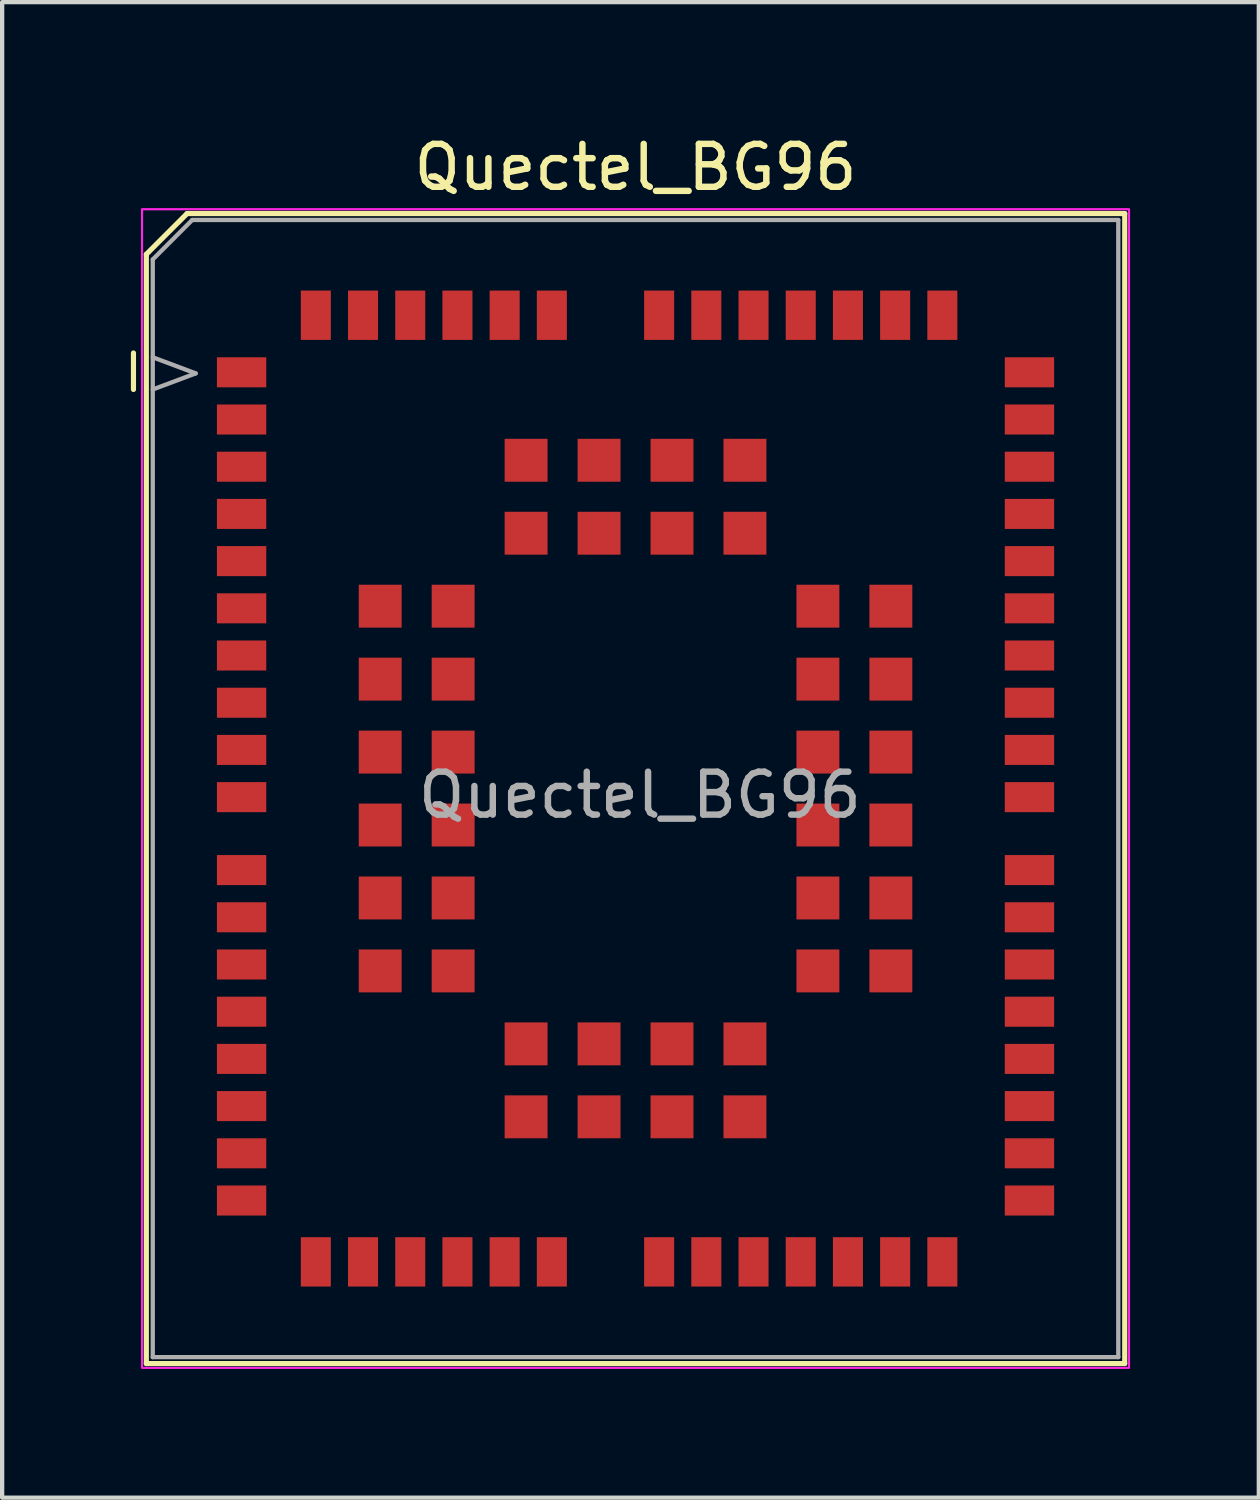
<source format=kicad_pcb>
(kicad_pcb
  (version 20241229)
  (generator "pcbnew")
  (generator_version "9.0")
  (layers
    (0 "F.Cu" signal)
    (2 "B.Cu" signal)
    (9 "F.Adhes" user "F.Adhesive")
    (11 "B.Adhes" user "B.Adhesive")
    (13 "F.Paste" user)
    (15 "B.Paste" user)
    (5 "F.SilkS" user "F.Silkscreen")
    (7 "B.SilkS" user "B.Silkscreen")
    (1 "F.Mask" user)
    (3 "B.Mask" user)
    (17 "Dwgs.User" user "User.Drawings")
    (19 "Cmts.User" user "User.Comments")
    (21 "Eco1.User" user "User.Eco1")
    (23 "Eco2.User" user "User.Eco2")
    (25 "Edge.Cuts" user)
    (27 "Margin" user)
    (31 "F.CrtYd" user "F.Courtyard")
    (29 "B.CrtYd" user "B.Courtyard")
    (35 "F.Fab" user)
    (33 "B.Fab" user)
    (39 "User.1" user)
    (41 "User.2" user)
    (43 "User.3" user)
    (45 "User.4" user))
  (footprint "Quectel_BG96"
    (layer "F.Cu")
    (at 11.76 15.326)
    (property "Reference" "Quectel_BG96" (at 0 -14.478 0) (unlocked yes) (layer "F.SilkS") (effects (font (size 1 1) (thickness 0.15))))
    (attr smd)
    (fp_line (start -11.7 -10.15) (end -11.7 -9.3) (stroke (width 0.12) (type solid)) (layer "F.SilkS"))
    (fp_line (start -11.4 -12.45) (end -10.45 -13.4) (stroke (width 0.12) (type solid)) (layer "F.SilkS"))
    (fp_line (start -11.4 13.4) (end -11.4 -12.45) (stroke (width 0.12) (type solid)) (layer "F.SilkS"))
    (fp_line (start -10.45 -13.4) (end 11.4 -13.4) (stroke (width 0.12) (type solid)) (layer "F.SilkS"))
    (fp_line (start 11.4 -13.4) (end 11.4 13.4) (stroke (width 0.12) (type solid)) (layer "F.SilkS"))
    (fp_line (start 11.4 13.4) (end -11.4 13.4) (stroke (width 0.12) (type solid)) (layer "F.SilkS"))
    (fp_rect (start -11.5 -13.5) (end 11.5 13.5) (stroke (width 0.05) (type solid)) (fill no) (layer "F.CrtYd"))
    (fp_line (start -11.25 -12.33) (end -10.33 -13.25) (stroke (width 0.1) (type solid)) (layer "F.Fab"))
    (fp_line (start -11.25 -10.05) (end -10.25 -9.675) (stroke (width 0.1) (type solid)) (layer "F.Fab"))
    (fp_line (start -11.25 13.25) (end -11.25 -12.33) (stroke (width 0.1) (type solid)) (layer "F.Fab"))
    (fp_line (start -10.33 -13.25) (end 11.25 -13.25) (stroke (width 0.1) (type solid)) (layer "F.Fab"))
    (fp_line (start -10.25 -9.675) (end -11.25 -9.3) (stroke (width 0.1) (type solid)) (layer "F.Fab"))
    (fp_line (start 11.25 -13.25) (end 11.25 13.25) (stroke (width 0.1) (type solid)) (layer "F.Fab"))
    (fp_line (start 11.25 13.25) (end -11.25 13.25) (stroke (width 0.1) (type solid)) (layer "F.Fab"))
    (fp_text user "${REFERENCE}" (at 0.102 0.152 0) (unlocked yes) (layer "F.Fab") (effects (font (size 1 1) (thickness 0.15))))
    (pad "" smd roundrect (at -9.18 -9.7) (size 1.1 0.6) (layers "F.Paste") (roundrect_rratio 0.25))
    (pad "" smd roundrect (at -9.18 -8.6) (size 1.1 0.6) (layers "F.Paste") (roundrect_rratio 0.25))
    (pad "" smd roundrect (at -9.18 -7.5) (size 1.1 0.6) (layers "F.Paste") (roundrect_rratio 0.25))
    (pad "" smd roundrect (at -9.18 -6.4) (size 1.1 0.6) (layers "F.Paste") (roundrect_rratio 0.25))
    (pad "" smd roundrect (at -9.18 -5.3) (size 1.1 0.6) (layers "F.Paste") (roundrect_rratio 0.25))
    (pad "" smd roundrect (at -9.18 -4.2) (size 1.1 0.6) (layers "F.Paste") (roundrect_rratio 0.25))
    (pad "" smd roundrect (at -9.18 -3.1) (size 1.1 0.6) (layers "F.Paste") (roundrect_rratio 0.25))
    (pad "" smd roundrect (at -9.18 -2) (size 1.1 0.6) (layers "F.Paste") (roundrect_rratio 0.25))
    (pad "" smd roundrect (at -9.18 -0.9) (size 1.1 0.6) (layers "F.Paste") (roundrect_rratio 0.25))
    (pad "" smd roundrect (at -9.18 0.2) (size 1.1 0.6) (layers "F.Paste") (roundrect_rratio 0.25))
    (pad "" smd roundrect (at -9.18 1.9) (size 1.1 0.6) (layers "F.Paste") (roundrect_rratio 0.25))
    (pad "" smd roundrect (at -9.18 3) (size 1.1 0.6) (layers "F.Paste") (roundrect_rratio 0.25))
    (pad "" smd roundrect (at -9.18 4.1) (size 1.1 0.6) (layers "F.Paste") (roundrect_rratio 0.25))
    (pad "" smd roundrect (at -9.18 5.2) (size 1.1 0.6) (layers "F.Paste") (roundrect_rratio 0.25))
    (pad "" smd roundrect (at -9.18 6.3) (size 1.1 0.6) (layers "F.Paste") (roundrect_rratio 0.25))
    (pad "" smd roundrect (at -9.18 7.4) (size 1.1 0.6) (layers "F.Paste") (roundrect_rratio 0.25))
    (pad "" smd roundrect (at -9.18 8.5) (size 1.1 0.6) (layers "F.Paste") (roundrect_rratio 0.25))
    (pad "" smd roundrect (at -9.18 9.6) (size 1.1 0.6) (layers "F.Paste") (roundrect_rratio 0.25))
    (pad "" smd roundrect (at -7.45 -11.03 270) (size 1.1 0.6) (layers "F.Paste") (roundrect_rratio 0.25))
    (pad "" smd roundrect (at -7.45 11.03 90) (size 1.1 0.6) (layers "F.Paste") (roundrect_rratio 0.25))
    (pad "" smd roundrect (at -6.35 -11.03 270) (size 1.1 0.6) (layers "F.Paste") (roundrect_rratio 0.25))
    (pad "" smd roundrect (at -6.35 11.03 90) (size 1.1 0.6) (layers "F.Paste") (roundrect_rratio 0.25))
    (pad "" smd circle (at -5.95 -4.25 270) (size 0.95 0.95) (layers "F.Paste"))
    (pad "" smd circle (at -5.95 -2.55 270) (size 0.95 0.95) (layers "F.Paste"))
    (pad "" smd circle (at -5.95 -0.85 270) (size 0.95 0.95) (layers "F.Paste"))
    (pad "" smd circle (at -5.95 0.85 270) (size 0.95 0.95) (layers "F.Paste"))
    (pad "" smd circle (at -5.95 2.55 270) (size 0.95 0.95) (layers "F.Paste"))
    (pad "" smd circle (at -5.95 4.25 270) (size 0.95 0.95) (layers "F.Paste"))
    (pad "" smd roundrect (at -5.25 -11.03 270) (size 1.1 0.6) (layers "F.Paste") (roundrect_rratio 0.25))
    (pad "" smd roundrect (at -5.25 11.03 90) (size 1.1 0.6) (layers "F.Paste") (roundrect_rratio 0.25))
    (pad "" smd circle (at -4.25 -4.25 270) (size 0.95 0.95) (layers "F.Paste"))
    (pad "" smd circle (at -4.25 -2.55 270) (size 0.95 0.95) (layers "F.Paste"))
    (pad "" smd circle (at -4.25 -0.85 270) (size 0.95 0.95) (layers "F.Paste"))
    (pad "" smd circle (at -4.25 0.85 270) (size 0.95 0.95) (layers "F.Paste"))
    (pad "" smd circle (at -4.25 2.55 270) (size 0.95 0.95) (layers "F.Paste"))
    (pad "" smd circle (at -4.25 4.25 270) (size 0.95 0.95) (layers "F.Paste"))
    (pad "" smd roundrect (at -4.15 -11.03 270) (size 1.1 0.6) (layers "F.Paste") (roundrect_rratio 0.25))
    (pad "" smd roundrect (at -4.15 11.03 90) (size 1.1 0.6) (layers "F.Paste") (roundrect_rratio 0.25))
    (pad "" smd roundrect (at -3.05 -11.03 270) (size 1.1 0.6) (layers "F.Paste") (roundrect_rratio 0.25))
    (pad "" smd roundrect (at -3.05 11.03 90) (size 1.1 0.6) (layers "F.Paste") (roundrect_rratio 0.25))
    (pad "" smd circle (at -2.55 -7.65 270) (size 0.95 0.95) (layers "F.Paste"))
    (pad "" smd circle (at -2.55 -5.95 270) (size 0.95 0.95) (layers "F.Paste"))
    (pad "" smd circle (at -2.55 5.95 270) (size 0.95 0.95) (layers "F.Paste"))
    (pad "" smd circle (at -2.55 7.65 270) (size 0.95 0.95) (layers "F.Paste"))
    (pad "" smd roundrect (at -1.95 -11.03 270) (size 1.1 0.6) (layers "F.Paste") (roundrect_rratio 0.25))
    (pad "" smd roundrect (at -1.95 11.03 90) (size 1.1 0.6) (layers "F.Paste") (roundrect_rratio 0.25))
    (pad "" smd circle (at -0.85 -7.65 270) (size 0.95 0.95) (layers "F.Paste"))
    (pad "" smd circle (at -0.85 -5.95 270) (size 0.95 0.95) (layers "F.Paste"))
    (pad "" smd circle (at -0.85 5.95 270) (size 0.95 0.95) (layers "F.Paste"))
    (pad "" smd circle (at -0.85 7.65 270) (size 0.95 0.95) (layers "F.Paste"))
    (pad "" smd roundrect (at 0.55 -11.03 270) (size 1.1 0.6) (layers "F.Paste") (roundrect_rratio 0.25))
    (pad "" smd roundrect (at 0.55 11.03 90) (size 1.1 0.6) (layers "F.Paste") (roundrect_rratio 0.25))
    (pad "" smd circle (at 0.85 -7.65 270) (size 0.95 0.95) (layers "F.Paste"))
    (pad "" smd circle (at 0.85 -5.95 270) (size 0.95 0.95) (layers "F.Paste"))
    (pad "" smd circle (at 0.85 5.95 270) (size 0.95 0.95) (layers "F.Paste"))
    (pad "" smd circle (at 0.85 7.65 270) (size 0.95 0.95) (layers "F.Paste"))
    (pad "" smd roundrect (at 1.65 -11.03 270) (size 1.1 0.6) (layers "F.Paste") (roundrect_rratio 0.25))
    (pad "" smd roundrect (at 1.65 11.03 90) (size 1.1 0.6) (layers "F.Paste") (roundrect_rratio 0.25))
    (pad "" smd circle (at 2.55 -7.65 270) (size 0.95 0.95) (layers "F.Paste"))
    (pad "" smd circle (at 2.55 -5.95 270) (size 0.95 0.95) (layers "F.Paste"))
    (pad "" smd circle (at 2.55 5.95 270) (size 0.95 0.95) (layers "F.Paste"))
    (pad "" smd circle (at 2.55 7.65 270) (size 0.95 0.95) (layers "F.Paste"))
    (pad "" smd roundrect (at 2.75 -11.03 270) (size 1.1 0.6) (layers "F.Paste") (roundrect_rratio 0.25))
    (pad "" smd roundrect (at 2.75 11.03 90) (size 1.1 0.6) (layers "F.Paste") (roundrect_rratio 0.25))
    (pad "" smd roundrect (at 3.85 -11.03 270) (size 1.1 0.6) (layers "F.Paste") (roundrect_rratio 0.25))
    (pad "" smd roundrect (at 3.85 11.03 90) (size 1.1 0.6) (layers "F.Paste") (roundrect_rratio 0.25))
    (pad "" smd circle (at 4.25 -4.25 270) (size 0.95 0.95) (layers "F.Paste"))
    (pad "" smd circle (at 4.25 -2.55 270) (size 0.95 0.95) (layers "F.Paste"))
    (pad "" smd circle (at 4.25 -0.85 270) (size 0.95 0.95) (layers "F.Paste"))
    (pad "" smd circle (at 4.25 0.85 270) (size 0.95 0.95) (layers "F.Paste"))
    (pad "" smd circle (at 4.25 2.55 270) (size 0.95 0.95) (layers "F.Paste"))
    (pad "" smd circle (at 4.25 4.25 270) (size 0.95 0.95) (layers "F.Paste"))
    (pad "" smd roundrect (at 4.95 -11.03 270) (size 1.1 0.6) (layers "F.Paste") (roundrect_rratio 0.25))
    (pad "" smd roundrect (at 4.95 11.03 90) (size 1.1 0.6) (layers "F.Paste") (roundrect_rratio 0.25))
    (pad "" smd circle (at 5.95 -4.25 270) (size 0.95 0.95) (layers "F.Paste"))
    (pad "" smd circle (at 5.95 -2.55 270) (size 0.95 0.95) (layers "F.Paste"))
    (pad "" smd circle (at 5.95 -0.85 270) (size 0.95 0.95) (layers "F.Paste"))
    (pad "" smd circle (at 5.95 0.85 270) (size 0.95 0.95) (layers "F.Paste"))
    (pad "" smd circle (at 5.95 2.55 270) (size 0.95 0.95) (layers "F.Paste"))
    (pad "" smd circle (at 5.95 4.25 270) (size 0.95 0.95) (layers "F.Paste"))
    (pad "" smd roundrect (at 6.05 -11.03 270) (size 1.1 0.6) (layers "F.Paste") (roundrect_rratio 0.25))
    (pad "" smd roundrect (at 6.05 11.03 90) (size 1.1 0.6) (layers "F.Paste") (roundrect_rratio 0.25))
    (pad "" smd roundrect (at 7.15 -11.03 270) (size 1.1 0.6) (layers "F.Paste") (roundrect_rratio 0.25))
    (pad "" smd roundrect (at 7.15 11.03 90) (size 1.1 0.6) (layers "F.Paste") (roundrect_rratio 0.25))
    (pad "" smd roundrect (at 9.18 -9.7 180) (size 1.1 0.6) (layers "F.Paste") (roundrect_rratio 0.25))
    (pad "" smd roundrect (at 9.18 -8.6 180) (size 1.1 0.6) (layers "F.Paste") (roundrect_rratio 0.25))
    (pad "" smd roundrect (at 9.18 -7.5 180) (size 1.1 0.6) (layers "F.Paste") (roundrect_rratio 0.25))
    (pad "" smd roundrect (at 9.18 -6.4 180) (size 1.1 0.6) (layers "F.Paste") (roundrect_rratio 0.25))
    (pad "" smd roundrect (at 9.18 -5.3 180) (size 1.1 0.6) (layers "F.Paste") (roundrect_rratio 0.25))
    (pad "" smd roundrect (at 9.18 -4.2 180) (size 1.1 0.6) (layers "F.Paste") (roundrect_rratio 0.25))
    (pad "" smd roundrect (at 9.18 -3.1 180) (size 1.1 0.6) (layers "F.Paste") (roundrect_rratio 0.25))
    (pad "" smd roundrect (at 9.18 -2 180) (size 1.1 0.6) (layers "F.Paste") (roundrect_rratio 0.25))
    (pad "" smd roundrect (at 9.18 -0.9 180) (size 1.1 0.6) (layers "F.Paste") (roundrect_rratio 0.25))
    (pad "" smd roundrect (at 9.18 0.2 180) (size 1.1 0.6) (layers "F.Paste") (roundrect_rratio 0.25))
    (pad "" smd roundrect (at 9.18 1.9 180) (size 1.1 0.6) (layers "F.Paste") (roundrect_rratio 0.25))
    (pad "" smd roundrect (at 9.18 3 180) (size 1.1 0.6) (layers "F.Paste") (roundrect_rratio 0.25))
    (pad "" smd roundrect (at 9.18 4.1 180) (size 1.1 0.6) (layers "F.Paste") (roundrect_rratio 0.25))
    (pad "" smd roundrect (at 9.18 5.2 180) (size 1.1 0.6) (layers "F.Paste") (roundrect_rratio 0.25))
    (pad "" smd roundrect (at 9.18 6.3 180) (size 1.1 0.6) (layers "F.Paste") (roundrect_rratio 0.25))
    (pad "" smd roundrect (at 9.18 7.4 180) (size 1.1 0.6) (layers "F.Paste") (roundrect_rratio 0.25))
    (pad "" smd roundrect (at 9.18 8.5 180) (size 1.1 0.6) (layers "F.Paste") (roundrect_rratio 0.25))
    (pad "" smd roundrect (at 9.2 9.6 180) (size 1.1 0.6) (layers "F.Paste") (roundrect_rratio 0.25))
    (pad "1" smd rect (at -9.18 -9.7) (size 1.15 0.7) (layers "F.Cu" "F.Mask"))
    (pad "2" smd rect (at -9.18 -8.6) (size 1.15 0.7) (layers "F.Cu" "F.Mask"))
    (pad "3" smd rect (at -9.18 -7.5) (size 1.15 0.7) (layers "F.Cu" "F.Mask"))
    (pad "4" smd rect (at -9.18 -6.4) (size 1.15 0.7) (layers "F.Cu" "F.Mask"))
    (pad "5" smd rect (at -9.18 -5.3) (size 1.15 0.7) (layers "F.Cu" "F.Mask"))
    (pad "6" smd rect (at -9.18 -4.2) (size 1.15 0.7) (layers "F.Cu" "F.Mask"))
    (pad "7" smd rect (at -9.18 -3.1) (size 1.15 0.7) (layers "F.Cu" "F.Mask"))
    (pad "8" smd rect (at -9.18 -2) (size 1.15 0.7) (layers "F.Cu" "F.Mask"))
    (pad "9" smd rect (at -9.18 -0.9) (size 1.15 0.7) (layers "F.Cu" "F.Mask"))
    (pad "10" smd rect (at -9.18 0.2) (size 1.15 0.7) (layers "F.Cu" "F.Mask"))
    (pad "11" smd rect (at -9.18 1.9) (size 1.15 0.7) (layers "F.Cu" "F.Mask"))
    (pad "12" smd rect (at -9.18 3) (size 1.15 0.7) (layers "F.Cu" "F.Mask"))
    (pad "13" smd rect (at -9.18 4.1) (size 1.15 0.7) (layers "F.Cu" "F.Mask"))
    (pad "14" smd rect (at -9.18 5.2) (size 1.15 0.7) (layers "F.Cu" "F.Mask"))
    (pad "15" smd rect (at -9.18 6.3) (size 1.15 0.7) (layers "F.Cu" "F.Mask"))
    (pad "16" smd rect (at -9.18 7.4) (size 1.15 0.7) (layers "F.Cu" "F.Mask"))
    (pad "17" smd rect (at -9.18 8.5) (size 1.15 0.7) (layers "F.Cu" "F.Mask"))
    (pad "18" smd rect (at -9.18 9.6) (size 1.15 0.7) (layers "F.Cu" "F.Mask"))
    (pad "19" smd rect (at -7.45 11.03) (size 0.7 1.15) (layers "F.Cu" "F.Mask"))
    (pad "20" smd rect (at -6.35 11.03) (size 0.7 1.15) (layers "F.Cu" "F.Mask"))
    (pad "21" smd rect (at -5.25 11.03) (size 0.7 1.15) (layers "F.Cu" "F.Mask"))
    (pad "22" smd rect (at -4.15 11.03) (size 0.7 1.15) (layers "F.Cu" "F.Mask"))
    (pad "23" smd rect (at -3.05 11.03) (size 0.7 1.15) (layers "F.Cu" "F.Mask"))
    (pad "24" smd rect (at -1.95 11.03) (size 0.7 1.15) (layers "F.Cu" "F.Mask"))
    (pad "25" smd rect (at 0.55 11.03) (size 0.7 1.15) (layers "F.Cu" "F.Mask"))
    (pad "26" smd rect (at 1.65 11.03) (size 0.7 1.15) (layers "F.Cu" "F.Mask"))
    (pad "27" smd rect (at 2.75 11.03) (size 0.7 1.15) (layers "F.Cu" "F.Mask"))
    (pad "28" smd rect (at 3.85 11.03) (size 0.7 1.15) (layers "F.Cu" "F.Mask"))
    (pad "29" smd rect (at 4.95 11.03) (size 0.7 1.15) (layers "F.Cu" "F.Mask"))
    (pad "30" smd rect (at 6.05 11.03) (size 0.7 1.15) (layers "F.Cu" "F.Mask"))
    (pad "31" smd rect (at 7.15 11.03) (size 0.7 1.15) (layers "F.Cu" "F.Mask"))
    (pad "32" smd rect (at 9.18 9.6) (size 1.15 0.7) (layers "F.Cu" "F.Mask"))
    (pad "33" smd rect (at 9.18 8.5) (size 1.15 0.7) (layers "F.Cu" "F.Mask"))
    (pad "34" smd rect (at 9.18 7.4) (size 1.15 0.7) (layers "F.Cu" "F.Mask"))
    (pad "35" smd rect (at 9.18 6.3) (size 1.15 0.7) (layers "F.Cu" "F.Mask"))
    (pad "36" smd rect (at 9.18 5.2) (size 1.15 0.7) (layers "F.Cu" "F.Mask"))
    (pad "37" smd rect (at 9.18 4.1) (size 1.15 0.7) (layers "F.Cu" "F.Mask"))
    (pad "38" smd rect (at 9.18 3) (size 1.15 0.7) (layers "F.Cu" "F.Mask"))
    (pad "39" smd rect (at 9.18 1.9) (size 1.15 0.7) (layers "F.Cu" "F.Mask"))
    (pad "40" smd rect (at 9.18 0.2) (size 1.15 0.7) (layers "F.Cu" "F.Mask"))
    (pad "41" smd rect (at 9.18 -0.9) (size 1.15 0.7) (layers "F.Cu" "F.Mask"))
    (pad "42" smd rect (at 9.18 -2) (size 1.15 0.7) (layers "F.Cu" "F.Mask"))
    (pad "43" smd rect (at 9.18 -3.1) (size 1.15 0.7) (layers "F.Cu" "F.Mask"))
    (pad "44" smd rect (at 9.18 -4.2) (size 1.15 0.7) (layers "F.Cu" "F.Mask"))
    (pad "45" smd rect (at 9.18 -5.3) (size 1.15 0.7) (layers "F.Cu" "F.Mask"))
    (pad "46" smd rect (at 9.18 -6.4) (size 1.15 0.7) (layers "F.Cu" "F.Mask"))
    (pad "47" smd rect (at 9.18 -7.5) (size 1.15 0.7) (layers "F.Cu" "F.Mask"))
    (pad "48" smd rect (at 9.18 -8.6) (size 1.15 0.7) (layers "F.Cu" "F.Mask"))
    (pad "49" smd rect (at 9.18 -9.7) (size 1.15 0.7) (layers "F.Cu" "F.Mask"))
    (pad "50" smd rect (at 7.15 -11.03) (size 0.7 1.15) (layers "F.Cu" "F.Mask"))
    (pad "51" smd rect (at 6.05 -11.03) (size 0.7 1.15) (layers "F.Cu" "F.Mask"))
    (pad "52" smd rect (at 4.95 -11.03) (size 0.7 1.15) (layers "F.Cu" "F.Mask"))
    (pad "53" smd rect (at 3.85 -11.03) (size 0.7 1.15) (layers "F.Cu" "F.Mask"))
    (pad "54" smd rect (at 2.75 -11.03) (size 0.7 1.15) (layers "F.Cu" "F.Mask"))
    (pad "55" smd rect (at 1.65 -11.03) (size 0.7 1.15) (layers "F.Cu" "F.Mask"))
    (pad "56" smd rect (at 0.55 -11.03) (size 0.7 1.15) (layers "F.Cu" "F.Mask"))
    (pad "57" smd rect (at -1.95 -11.03) (size 0.7 1.15) (layers "F.Cu" "F.Mask"))
    (pad "58" smd rect (at -3.05 -11.03) (size 0.7 1.15) (layers "F.Cu" "F.Mask"))
    (pad "59" smd rect (at -4.15 -11.03) (size 0.7 1.15) (layers "F.Cu" "F.Mask"))
    (pad "60" smd rect (at -5.25 -11.03) (size 0.7 1.15) (layers "F.Cu" "F.Mask"))
    (pad "61" smd rect (at -6.35 -11.03) (size 0.7 1.15) (layers "F.Cu" "F.Mask"))
    (pad "62" smd rect (at -7.45 -11.03) (size 0.7 1.15) (layers "F.Cu" "F.Mask"))
    (pad "63" smd rect (at -5.95 -4.25) (size 1 1) (layers "F.Cu" "F.Mask"))
    (pad "64" smd rect (at -5.95 -2.55) (size 1 1) (layers "F.Cu" "F.Mask"))
    (pad "65" smd rect (at -5.95 -0.85) (size 1 1) (layers "F.Cu" "F.Mask"))
    (pad "66" smd rect (at -5.95 0.85) (size 1 1) (layers "F.Cu" "F.Mask"))
    (pad "67" smd rect (at -5.95 2.55) (size 1 1) (layers "F.Cu" "F.Mask"))
    (pad "68" smd rect (at -5.95 4.25) (size 1 1) (layers "F.Cu" "F.Mask"))
    (pad "69" smd rect (at -2.55 7.65 90) (size 1 1) (layers "F.Cu" "F.Mask"))
    (pad "70" smd rect (at -0.85 7.65 90) (size 1 1) (layers "F.Cu" "F.Mask"))
    (pad "71" smd rect (at 0.85 7.65 90) (size 1 1) (layers "F.Cu" "F.Mask"))
    (pad "72" smd rect (at 2.55 7.65 90) (size 1 1) (layers "F.Cu" "F.Mask"))
    (pad "73" smd rect (at 5.95 4.25) (size 1 1) (layers "F.Cu" "F.Mask"))
    (pad "74" smd rect (at 5.95 2.55) (size 1 1) (layers "F.Cu" "F.Mask"))
    (pad "75" smd rect (at 5.95 0.85) (size 1 1) (layers "F.Cu" "F.Mask"))
    (pad "76" smd rect (at 5.95 -0.85) (size 1 1) (layers "F.Cu" "F.Mask"))
    (pad "77" smd rect (at 5.95 -2.55) (size 1 1) (layers "F.Cu" "F.Mask"))
    (pad "78" smd rect (at 5.95 -4.25) (size 1 1) (layers "F.Cu" "F.Mask"))
    (pad "79" smd rect (at 2.55 -7.65 90) (size 1 1) (layers "F.Cu" "F.Mask"))
    (pad "80" smd rect (at 0.85 -7.65 90) (size 1 1) (layers "F.Cu" "F.Mask"))
    (pad "81" smd rect (at -0.85 -7.65 90) (size 1 1) (layers "F.Cu" "F.Mask"))
    (pad "82" smd rect (at -2.55 -7.65 90) (size 1 1) (layers "F.Cu" "F.Mask"))
    (pad "83" smd rect (at -4.25 -4.25) (size 1 1) (layers "F.Cu" "F.Mask"))
    (pad "84" smd rect (at -4.25 -2.55) (size 1 1) (layers "F.Cu" "F.Mask"))
    (pad "85" smd rect (at -4.25 -0.85) (size 1 1) (layers "F.Cu" "F.Mask"))
    (pad "86" smd rect (at -4.25 0.85) (size 1 1) (layers "F.Cu" "F.Mask"))
    (pad "87" smd rect (at -4.25 2.55) (size 1 1) (layers "F.Cu" "F.Mask"))
    (pad "88" smd rect (at -4.25 4.25) (size 1 1) (layers "F.Cu" "F.Mask"))
    (pad "89" smd rect (at -2.55 5.95 90) (size 1 1) (layers "F.Cu" "F.Mask"))
    (pad "90" smd rect (at -0.85 5.95 90) (size 1 1) (layers "F.Cu" "F.Mask"))
    (pad "91" smd rect (at 0.85 5.95 90) (size 1 1) (layers "F.Cu" "F.Mask"))
    (pad "92" smd rect (at 2.55 5.95 90) (size 1 1) (layers "F.Cu" "F.Mask"))
    (pad "93" smd rect (at 4.25 4.25) (size 1 1) (layers "F.Cu" "F.Mask"))
    (pad "94" smd rect (at 4.25 2.55) (size 1 1) (layers "F.Cu" "F.Mask"))
    (pad "95" smd rect (at 4.25 0.85) (size 1 1) (layers "F.Cu" "F.Mask"))
    (pad "96" smd rect (at 4.25 -0.85) (size 1 1) (layers "F.Cu" "F.Mask"))
    (pad "97" smd rect (at 4.25 -2.55) (size 1 1) (layers "F.Cu" "F.Mask"))
    (pad "98" smd rect (at 4.25 -4.25) (size 1 1) (layers "F.Cu" "F.Mask"))
    (pad "99" smd rect (at 2.55 -5.95 90) (size 1 1) (layers "F.Cu" "F.Mask"))
    (pad "100" smd rect (at 0.85 -5.95 90) (size 1 1) (layers "F.Cu" "F.Mask"))
    (pad "101" smd rect (at -0.85 -5.95 90) (size 1 1) (layers "F.Cu" "F.Mask"))
    (pad "102" smd rect (at -2.55 -5.95 90) (size 1 1) (layers "F.Cu" "F.Mask")))
  (gr_rect
    (start -3 -3)
    (end 26.285 31.851)
    (stroke (width 0.1) (type default))
    (fill no)
    (layer "Edge.Cuts")))
</source>
